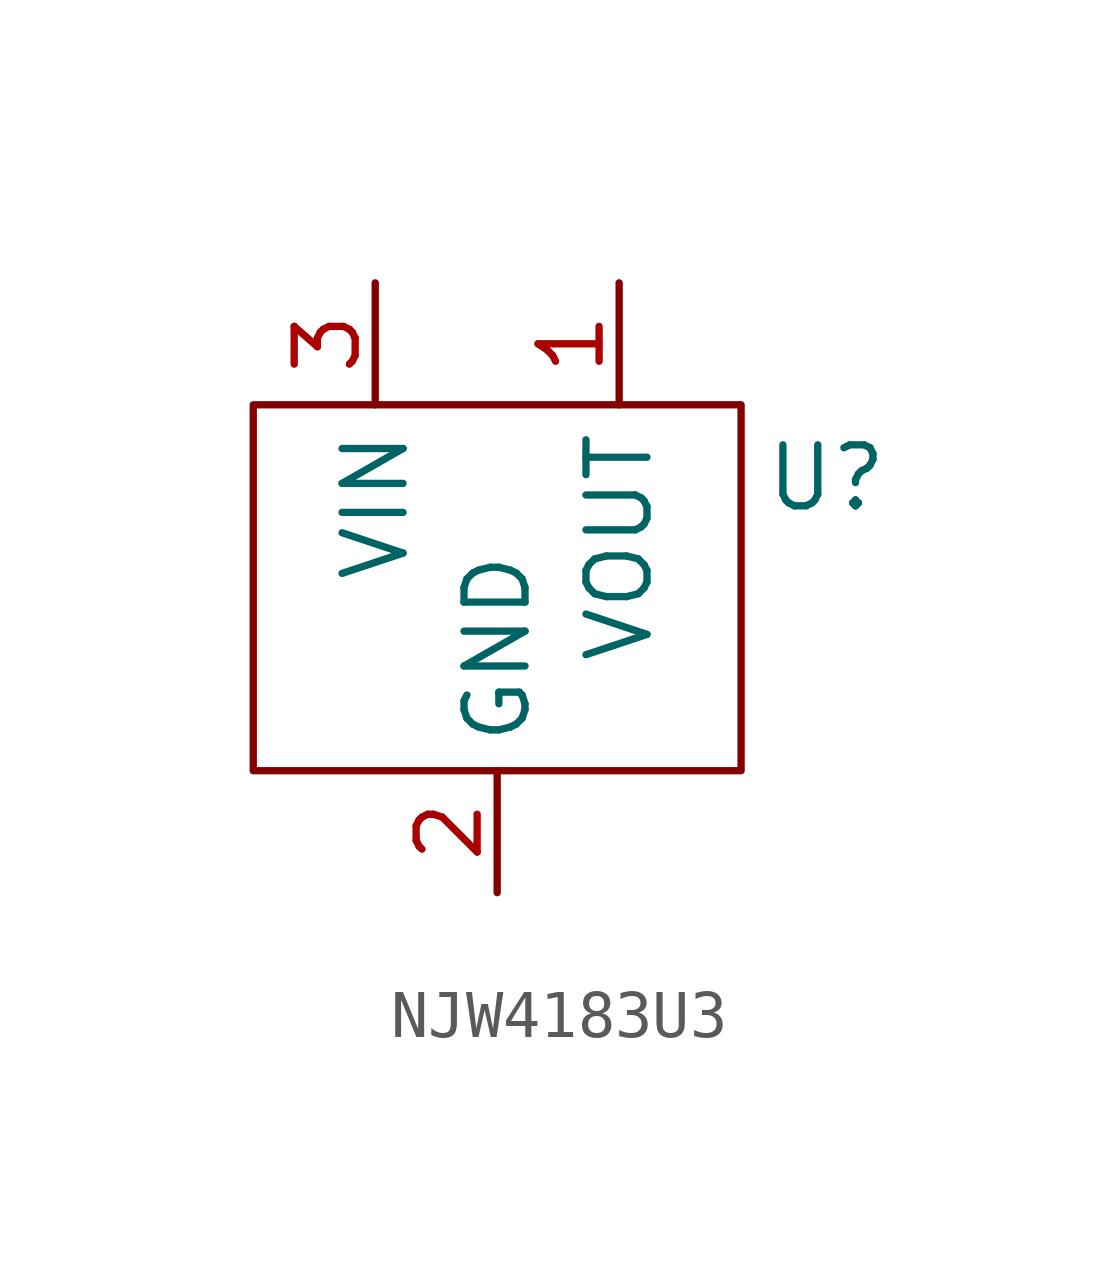
<source format=kicad_sym>
(kicad_symbol_lib
  (version 20231120)
  (generator "kicad_symbol_editor")
  (generator_version "8.0")
  (symbol "NJW4183U3"
    (property "Reference" "U"
      (at 6.858 -1.524 0)
      (effects (font (size 1.27 1.27))))
    (property "Value" ""
      (at 0 2.794 0)
      (effects (font (size 1.27 1.27))))
    (symbol "NJW4183U3_0_1"
      (rectangle (start -5.08 0) (end 5.08 -7.62) (stroke (width 0) (type default)) (fill (type none))))
    (symbol "NJW4183U3_1_1"
      (pin passive line (at 2.54 2.54 270) (length 2.54) (name "VOUT" (effects (font (size 1.27 1.27)))) (number "1" (effects (font (size 1.27 1.27)))))
      (pin passive line (at 0 -10.16 90) (length 2.54) (name "GND" (effects (font (size 1.27 1.27)))) (number "2" (effects (font (size 1.27 1.27)))))
      (pin passive line (at -2.54 2.54 270) (length 2.54) (name "VIN" (effects (font (size 1.27 1.27)))) (number "3" (effects (font (size 1.27 1.27))))))))
</source>
